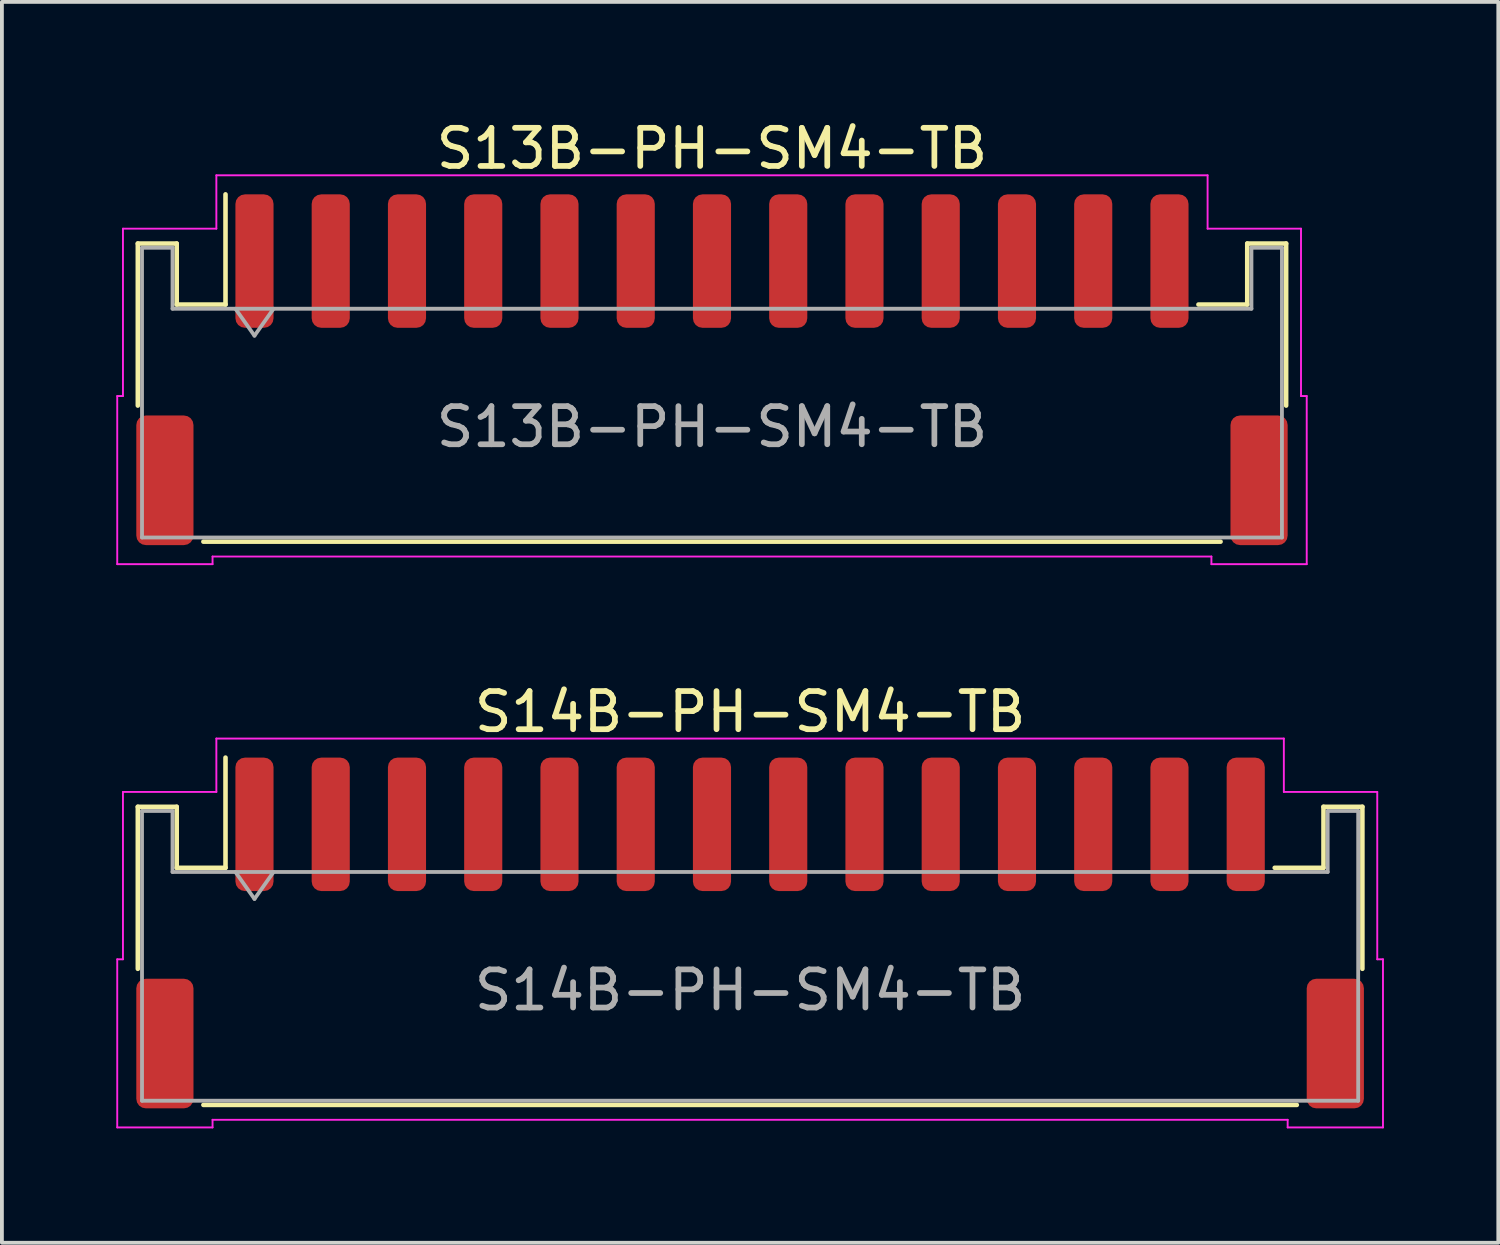
<source format=kicad_pcb>
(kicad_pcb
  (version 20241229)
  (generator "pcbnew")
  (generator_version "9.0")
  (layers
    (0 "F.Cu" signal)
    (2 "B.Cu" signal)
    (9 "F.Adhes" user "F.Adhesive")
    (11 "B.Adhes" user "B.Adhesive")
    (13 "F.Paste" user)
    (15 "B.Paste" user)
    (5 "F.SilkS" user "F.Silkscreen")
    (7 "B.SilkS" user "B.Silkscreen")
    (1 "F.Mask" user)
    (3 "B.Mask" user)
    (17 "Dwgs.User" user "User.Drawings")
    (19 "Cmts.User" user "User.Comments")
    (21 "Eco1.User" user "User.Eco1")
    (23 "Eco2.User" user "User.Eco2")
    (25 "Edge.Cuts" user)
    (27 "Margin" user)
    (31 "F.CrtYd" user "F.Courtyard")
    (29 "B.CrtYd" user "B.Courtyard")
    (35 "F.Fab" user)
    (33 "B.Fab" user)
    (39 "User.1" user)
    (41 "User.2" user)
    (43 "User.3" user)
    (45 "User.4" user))
  (footprint "S13B-PH-SM4-TB"
    (layer "F.Cu")
    (at 15.625 6.648)
    (property "Reference" "S13B-PH-SM4-TB" (at 0 -5.8 0) (layer "F.SilkS") (effects (font (size 1 1) (thickness 0.15))))
    (attr smd)
    (fp_line (start -15.06 -3.31) (end -14.04 -3.31) (stroke (width 0.12) (type solid)) (layer "F.SilkS"))
    (fp_line (start -15.06 0.94) (end -15.06 -3.31) (stroke (width 0.12) (type solid)) (layer "F.SilkS"))
    (fp_line (start -14.04 -3.31) (end -14.04 -1.71) (stroke (width 0.12) (type solid)) (layer "F.SilkS"))
    (fp_line (start -14.04 -1.71) (end -12.76 -1.71) (stroke (width 0.12) (type solid)) (layer "F.SilkS"))
    (fp_line (start -13.34 4.51) (end 13.34 4.51) (stroke (width 0.12) (type solid)) (layer "F.SilkS"))
    (fp_line (start -12.76 -1.71) (end -12.76 -4.6) (stroke (width 0.12) (type solid)) (layer "F.SilkS"))
    (fp_line (start 14.04 -3.31) (end 14.04 -1.71) (stroke (width 0.12) (type solid)) (layer "F.SilkS"))
    (fp_line (start 14.04 -1.71) (end 12.76 -1.71) (stroke (width 0.12) (type solid)) (layer "F.SilkS"))
    (fp_line (start 15.06 -3.31) (end 14.04 -3.31) (stroke (width 0.12) (type solid)) (layer "F.SilkS"))
    (fp_line (start 15.06 0.94) (end 15.06 -3.31) (stroke (width 0.12) (type solid)) (layer "F.SilkS"))
    (fp_line (start -15.6 0.69) (end -15.45 0.69) (stroke (width 0.05) (type solid)) (layer "F.CrtYd"))
    (fp_line (start -15.6 5.1) (end -15.6 0.69) (stroke (width 0.05) (type solid)) (layer "F.CrtYd"))
    (fp_line (start -15.45 -3.7) (end -13 -3.7) (stroke (width 0.05) (type solid)) (layer "F.CrtYd"))
    (fp_line (start -15.45 0.69) (end -15.45 -3.7) (stroke (width 0.05) (type solid)) (layer "F.CrtYd"))
    (fp_line (start -13.1 4.9) (end -13.1 5.1) (stroke (width 0.05) (type solid)) (layer "F.CrtYd"))
    (fp_line (start -13.1 5.1) (end -15.6 5.1) (stroke (width 0.05) (type solid)) (layer "F.CrtYd"))
    (fp_line (start -13 -5.1) (end 13 -5.1) (stroke (width 0.05) (type solid)) (layer "F.CrtYd"))
    (fp_line (start -13 -3.7) (end -13 -5.1) (stroke (width 0.05) (type solid)) (layer "F.CrtYd"))
    (fp_line (start 13 -5.1) (end 13 -3.7) (stroke (width 0.05) (type solid)) (layer "F.CrtYd"))
    (fp_line (start 13 -3.7) (end 15.45 -3.7) (stroke (width 0.05) (type solid)) (layer "F.CrtYd"))
    (fp_line (start 13.1 4.9) (end -13.1 4.9) (stroke (width 0.05) (type solid)) (layer "F.CrtYd"))
    (fp_line (start 13.1 5.1) (end 13.1 4.9) (stroke (width 0.05) (type solid)) (layer "F.CrtYd"))
    (fp_line (start 15.45 -3.7) (end 15.45 0.69) (stroke (width 0.05) (type solid)) (layer "F.CrtYd"))
    (fp_line (start 15.45 0.69) (end 15.6 0.69) (stroke (width 0.05) (type solid)) (layer "F.CrtYd"))
    (fp_line (start 15.6 0.69) (end 15.6 5.1) (stroke (width 0.05) (type solid)) (layer "F.CrtYd"))
    (fp_line (start 15.6 5.1) (end 13.1 5.1) (stroke (width 0.05) (type solid)) (layer "F.CrtYd"))
    (fp_line (start -14.95 -3.2) (end -14.95 4.4) (stroke (width 0.1) (type solid)) (layer "F.Fab"))
    (fp_line (start -14.95 -3.2) (end -14.15 -3.2) (stroke (width 0.1) (type solid)) (layer "F.Fab"))
    (fp_line (start -14.95 4.4) (end 14.95 4.4) (stroke (width 0.1) (type solid)) (layer "F.Fab"))
    (fp_line (start -14.15 -3.2) (end -14.15 -1.6) (stroke (width 0.1) (type solid)) (layer "F.Fab"))
    (fp_line (start -14.15 -1.6) (end 14.15 -1.6) (stroke (width 0.1) (type solid)) (layer "F.Fab"))
    (fp_line (start -12.5 -1.6) (end -12 -0.893) (stroke (width 0.1) (type solid)) (layer "F.Fab"))
    (fp_line (start -12 -0.893) (end -11.5 -1.6) (stroke (width 0.1) (type solid)) (layer "F.Fab"))
    (fp_line (start 14.15 -3.2) (end 14.95 -3.2) (stroke (width 0.1) (type solid)) (layer "F.Fab"))
    (fp_line (start 14.15 -1.6) (end 14.15 -3.2) (stroke (width 0.1) (type solid)) (layer "F.Fab"))
    (fp_line (start 14.95 -3.2) (end 14.95 4.4) (stroke (width 0.1) (type solid)) (layer "F.Fab"))
    (fp_text user "${REFERENCE}" (at 0 1.5 0) (layer "F.Fab") (effects (font (size 1 1) (thickness 0.15))))
    (pad "1" smd roundrect (at -12 -2.85) (size 1 3.5) (layers "F.Cu" "F.Mask" "F.Paste") (roundrect_rratio 0.25))
    (pad "2" smd roundrect (at -10 -2.85) (size 1 3.5) (layers "F.Cu" "F.Mask" "F.Paste") (roundrect_rratio 0.25))
    (pad "3" smd roundrect (at -8 -2.85) (size 1 3.5) (layers "F.Cu" "F.Mask" "F.Paste") (roundrect_rratio 0.25))
    (pad "4" smd roundrect (at -6 -2.85) (size 1 3.5) (layers "F.Cu" "F.Mask" "F.Paste") (roundrect_rratio 0.25))
    (pad "5" smd roundrect (at -4 -2.85) (size 1 3.5) (layers "F.Cu" "F.Mask" "F.Paste") (roundrect_rratio 0.25))
    (pad "6" smd roundrect (at -2 -2.85) (size 1 3.5) (layers "F.Cu" "F.Mask" "F.Paste") (roundrect_rratio 0.25))
    (pad "7" smd roundrect (at 0 -2.85) (size 1 3.5) (layers "F.Cu" "F.Mask" "F.Paste") (roundrect_rratio 0.25))
    (pad "8" smd roundrect (at 2 -2.85) (size 1 3.5) (layers "F.Cu" "F.Mask" "F.Paste") (roundrect_rratio 0.25))
    (pad "9" smd roundrect (at 4 -2.85) (size 1 3.5) (layers "F.Cu" "F.Mask" "F.Paste") (roundrect_rratio 0.25))
    (pad "10" smd roundrect (at 6 -2.85) (size 1 3.5) (layers "F.Cu" "F.Mask" "F.Paste") (roundrect_rratio 0.25))
    (pad "11" smd roundrect (at 8 -2.85) (size 1 3.5) (layers "F.Cu" "F.Mask" "F.Paste") (roundrect_rratio 0.25))
    (pad "12" smd roundrect (at 10 -2.85) (size 1 3.5) (layers "F.Cu" "F.Mask" "F.Paste") (roundrect_rratio 0.25))
    (pad "13" smd roundrect (at 12 -2.85) (size 1 3.5) (layers "F.Cu" "F.Mask" "F.Paste") (roundrect_rratio 0.25))
    (pad "MP" smd roundrect (at -14.35 2.9) (size 1.5 3.4) (layers "F.Cu" "F.Mask" "F.Paste") (roundrect_rratio 0.167))
    (pad "MP" smd roundrect (at 14.35 2.9) (size 1.5 3.4) (layers "F.Cu" "F.Mask" "F.Paste") (roundrect_rratio 0.167)))
  (footprint "S14B-PH-SM4-TB"
    (layer "F.Cu")
    (at 16.625 21.422)
    (property "Reference" "S14B-PH-SM4-TB" (at 0 -5.8 0) (layer "F.SilkS") (effects (font (size 1 1) (thickness 0.15))))
    (attr smd)
    (fp_line (start -16.06 -3.31) (end -15.04 -3.31) (stroke (width 0.12) (type solid)) (layer "F.SilkS"))
    (fp_line (start -16.06 0.94) (end -16.06 -3.31) (stroke (width 0.12) (type solid)) (layer "F.SilkS"))
    (fp_line (start -15.04 -3.31) (end -15.04 -1.71) (stroke (width 0.12) (type solid)) (layer "F.SilkS"))
    (fp_line (start -15.04 -1.71) (end -13.76 -1.71) (stroke (width 0.12) (type solid)) (layer "F.SilkS"))
    (fp_line (start -14.34 4.51) (end 14.34 4.51) (stroke (width 0.12) (type solid)) (layer "F.SilkS"))
    (fp_line (start -13.76 -1.71) (end -13.76 -4.6) (stroke (width 0.12) (type solid)) (layer "F.SilkS"))
    (fp_line (start 15.04 -3.31) (end 15.04 -1.71) (stroke (width 0.12) (type solid)) (layer "F.SilkS"))
    (fp_line (start 15.04 -1.71) (end 13.76 -1.71) (stroke (width 0.12) (type solid)) (layer "F.SilkS"))
    (fp_line (start 16.06 -3.31) (end 15.04 -3.31) (stroke (width 0.12) (type solid)) (layer "F.SilkS"))
    (fp_line (start 16.06 0.94) (end 16.06 -3.31) (stroke (width 0.12) (type solid)) (layer "F.SilkS"))
    (fp_line (start -16.6 0.69) (end -16.45 0.69) (stroke (width 0.05) (type solid)) (layer "F.CrtYd"))
    (fp_line (start -16.6 5.1) (end -16.6 0.69) (stroke (width 0.05) (type solid)) (layer "F.CrtYd"))
    (fp_line (start -16.45 -3.7) (end -14 -3.7) (stroke (width 0.05) (type solid)) (layer "F.CrtYd"))
    (fp_line (start -16.45 0.69) (end -16.45 -3.7) (stroke (width 0.05) (type solid)) (layer "F.CrtYd"))
    (fp_line (start -14.1 4.9) (end -14.1 5.1) (stroke (width 0.05) (type solid)) (layer "F.CrtYd"))
    (fp_line (start -14.1 5.1) (end -16.6 5.1) (stroke (width 0.05) (type solid)) (layer "F.CrtYd"))
    (fp_line (start -14 -5.1) (end 14 -5.1) (stroke (width 0.05) (type solid)) (layer "F.CrtYd"))
    (fp_line (start -14 -3.7) (end -14 -5.1) (stroke (width 0.05) (type solid)) (layer "F.CrtYd"))
    (fp_line (start 14 -5.1) (end 14 -3.7) (stroke (width 0.05) (type solid)) (layer "F.CrtYd"))
    (fp_line (start 14 -3.7) (end 16.45 -3.7) (stroke (width 0.05) (type solid)) (layer "F.CrtYd"))
    (fp_line (start 14.1 4.9) (end -14.1 4.9) (stroke (width 0.05) (type solid)) (layer "F.CrtYd"))
    (fp_line (start 14.1 5.1) (end 14.1 4.9) (stroke (width 0.05) (type solid)) (layer "F.CrtYd"))
    (fp_line (start 16.45 -3.7) (end 16.45 0.69) (stroke (width 0.05) (type solid)) (layer "F.CrtYd"))
    (fp_line (start 16.45 0.69) (end 16.6 0.69) (stroke (width 0.05) (type solid)) (layer "F.CrtYd"))
    (fp_line (start 16.6 0.69) (end 16.6 5.1) (stroke (width 0.05) (type solid)) (layer "F.CrtYd"))
    (fp_line (start 16.6 5.1) (end 14.1 5.1) (stroke (width 0.05) (type solid)) (layer "F.CrtYd"))
    (fp_line (start -15.95 -3.2) (end -15.95 4.4) (stroke (width 0.1) (type solid)) (layer "F.Fab"))
    (fp_line (start -15.95 -3.2) (end -15.15 -3.2) (stroke (width 0.1) (type solid)) (layer "F.Fab"))
    (fp_line (start -15.95 4.4) (end 15.95 4.4) (stroke (width 0.1) (type solid)) (layer "F.Fab"))
    (fp_line (start -15.15 -3.2) (end -15.15 -1.6) (stroke (width 0.1) (type solid)) (layer "F.Fab"))
    (fp_line (start -15.15 -1.6) (end 15.15 -1.6) (stroke (width 0.1) (type solid)) (layer "F.Fab"))
    (fp_line (start -13.5 -1.6) (end -13 -0.893) (stroke (width 0.1) (type solid)) (layer "F.Fab"))
    (fp_line (start -13 -0.893) (end -12.5 -1.6) (stroke (width 0.1) (type solid)) (layer "F.Fab"))
    (fp_line (start 15.15 -3.2) (end 15.95 -3.2) (stroke (width 0.1) (type solid)) (layer "F.Fab"))
    (fp_line (start 15.15 -1.6) (end 15.15 -3.2) (stroke (width 0.1) (type solid)) (layer "F.Fab"))
    (fp_line (start 15.95 -3.2) (end 15.95 4.4) (stroke (width 0.1) (type solid)) (layer "F.Fab"))
    (fp_text user "${REFERENCE}" (at 0 1.5 0) (layer "F.Fab") (effects (font (size 1 1) (thickness 0.15))))
    (pad "1" smd roundrect (at -13 -2.85) (size 1 3.5) (layers "F.Cu" "F.Mask" "F.Paste") (roundrect_rratio 0.25))
    (pad "2" smd roundrect (at -11 -2.85) (size 1 3.5) (layers "F.Cu" "F.Mask" "F.Paste") (roundrect_rratio 0.25))
    (pad "3" smd roundrect (at -9 -2.85) (size 1 3.5) (layers "F.Cu" "F.Mask" "F.Paste") (roundrect_rratio 0.25))
    (pad "4" smd roundrect (at -7 -2.85) (size 1 3.5) (layers "F.Cu" "F.Mask" "F.Paste") (roundrect_rratio 0.25))
    (pad "5" smd roundrect (at -5 -2.85) (size 1 3.5) (layers "F.Cu" "F.Mask" "F.Paste") (roundrect_rratio 0.25))
    (pad "6" smd roundrect (at -3 -2.85) (size 1 3.5) (layers "F.Cu" "F.Mask" "F.Paste") (roundrect_rratio 0.25))
    (pad "7" smd roundrect (at -1 -2.85) (size 1 3.5) (layers "F.Cu" "F.Mask" "F.Paste") (roundrect_rratio 0.25))
    (pad "8" smd roundrect (at 1 -2.85) (size 1 3.5) (layers "F.Cu" "F.Mask" "F.Paste") (roundrect_rratio 0.25))
    (pad "9" smd roundrect (at 3 -2.85) (size 1 3.5) (layers "F.Cu" "F.Mask" "F.Paste") (roundrect_rratio 0.25))
    (pad "10" smd roundrect (at 5 -2.85) (size 1 3.5) (layers "F.Cu" "F.Mask" "F.Paste") (roundrect_rratio 0.25))
    (pad "11" smd roundrect (at 7 -2.85) (size 1 3.5) (layers "F.Cu" "F.Mask" "F.Paste") (roundrect_rratio 0.25))
    (pad "12" smd roundrect (at 9 -2.85) (size 1 3.5) (layers "F.Cu" "F.Mask" "F.Paste") (roundrect_rratio 0.25))
    (pad "13" smd roundrect (at 11 -2.85) (size 1 3.5) (layers "F.Cu" "F.Mask" "F.Paste") (roundrect_rratio 0.25))
    (pad "14" smd roundrect (at 13 -2.85) (size 1 3.5) (layers "F.Cu" "F.Mask" "F.Paste") (roundrect_rratio 0.25))
    (pad "MP" smd roundrect (at -15.35 2.9) (size 1.5 3.4) (layers "F.Cu" "F.Mask" "F.Paste") (roundrect_rratio 0.167))
    (pad "MP" smd roundrect (at 15.35 2.9) (size 1.5 3.4) (layers "F.Cu" "F.Mask" "F.Paste") (roundrect_rratio 0.167)))
  (gr_rect
    (start -3 -3)
    (end 36.25 29.547)
    (stroke (width 0.1) (type default))
    (fill no)
    (layer "Edge.Cuts")))
</source>
